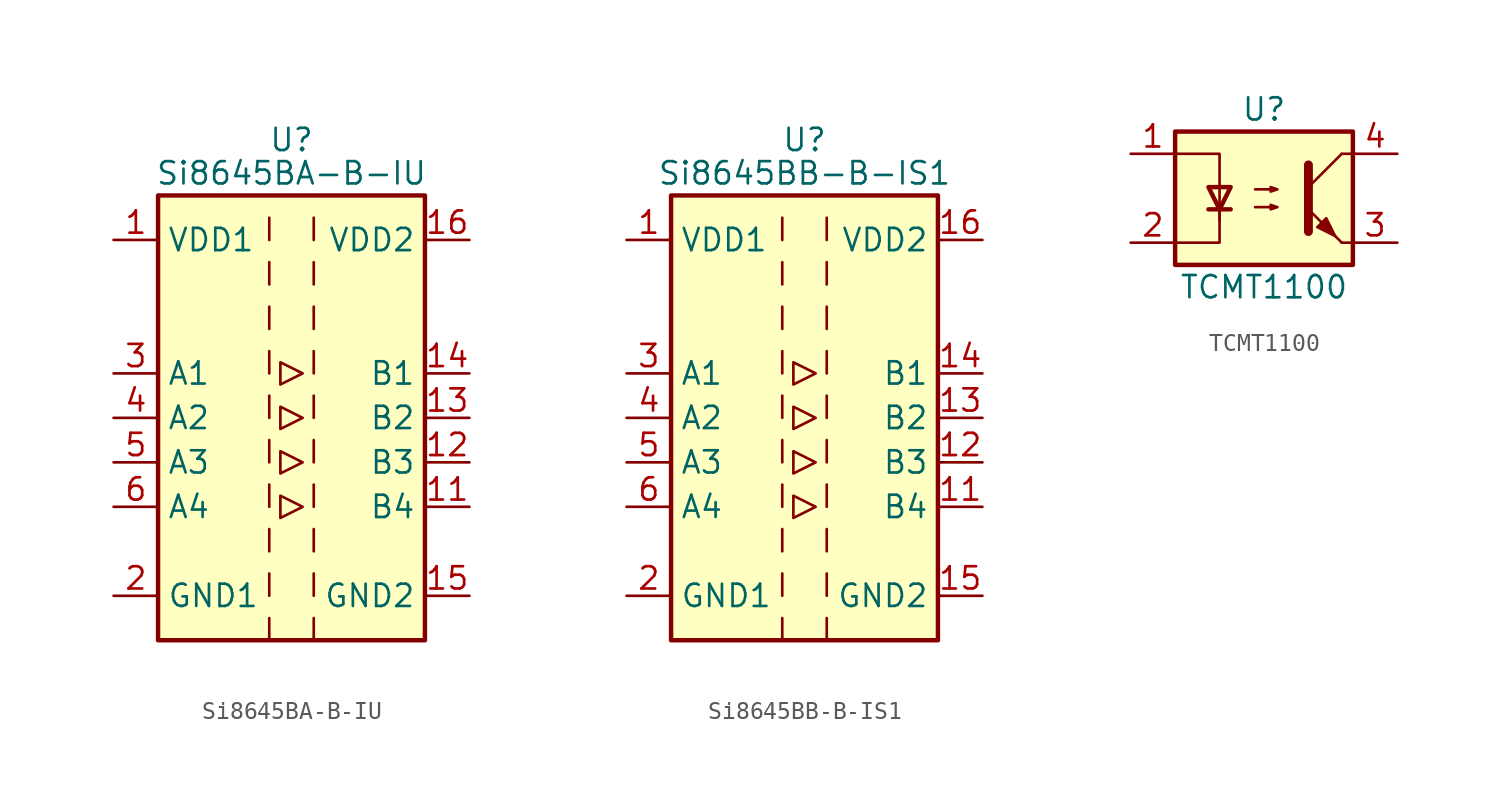
<source format=kicad_sym>
(kicad_symbol_lib
  (version 20220914)
  (generator kicad_symbol_editor)
  (symbol "Si8645BA-B-IU"
    (property "Reference" "U"
      (at 0 15.875 0)
      (effects (font (size 1.27 1.27))))
    (property "Value" "Si8645BA-B-IU"
      (at 0 13.97 0)
      (effects (font (size 1.27 1.27))))
    (symbol "Si8645BA-B-IU_0_1"
      (rectangle (start -7.62 12.7) (end 7.62 -12.7) (stroke (width 0.254) (type default)) (fill (type background)))
      (polyline (pts (xy -1.27 -11.43) (xy -1.27 -12.7)) (stroke (width 0) (type default)) (fill (type none)))
      (polyline (pts (xy -1.27 -8.89) (xy -1.27 -10.16)) (stroke (width 0) (type default)) (fill (type none)))
      (polyline (pts (xy -1.27 -6.35) (xy -1.27 -7.62)) (stroke (width 0) (type default)) (fill (type none)))
      (polyline (pts (xy -1.27 -3.81) (xy -1.27 -5.08)) (stroke (width 0) (type default)) (fill (type none)))
      (polyline (pts (xy -1.27 -1.27) (xy -1.27 -2.54)) (stroke (width 0) (type default)) (fill (type none)))
      (polyline (pts (xy -1.27 1.27) (xy -1.27 0)) (stroke (width 0) (type default)) (fill (type none)))
      (polyline (pts (xy -1.27 3.81) (xy -1.27 2.54)) (stroke (width 0) (type default)) (fill (type none)))
      (polyline (pts (xy -1.27 6.35) (xy -1.27 5.08)) (stroke (width 0) (type default)) (fill (type none)))
      (polyline (pts (xy -1.27 8.89) (xy -1.27 7.62)) (stroke (width 0) (type default)) (fill (type none)))
      (polyline (pts (xy -1.27 11.43) (xy -1.27 10.16)) (stroke (width 0) (type default)) (fill (type none)))
      (polyline (pts (xy 1.27 -11.43) (xy 1.27 -12.7)) (stroke (width 0) (type default)) (fill (type none)))
      (polyline (pts (xy 1.27 -8.89) (xy 1.27 -10.16)) (stroke (width 0) (type default)) (fill (type none)))
      (polyline (pts (xy 1.27 -6.35) (xy 1.27 -7.62)) (stroke (width 0) (type default)) (fill (type none)))
      (polyline (pts (xy 1.27 -3.81) (xy 1.27 -5.08)) (stroke (width 0) (type default)) (fill (type none)))
      (polyline (pts (xy 1.27 -1.27) (xy 1.27 -2.54)) (stroke (width 0) (type default)) (fill (type none)))
      (polyline (pts (xy 1.27 1.27) (xy 1.27 0)) (stroke (width 0) (type default)) (fill (type none)))
      (polyline (pts (xy 1.27 3.81) (xy 1.27 2.54)) (stroke (width 0) (type default)) (fill (type none)))
      (polyline (pts (xy 1.27 6.35) (xy 1.27 5.08)) (stroke (width 0) (type default)) (fill (type none)))
      (polyline (pts (xy 1.27 8.89) (xy 1.27 7.62)) (stroke (width 0) (type default)) (fill (type none)))
      (polyline (pts (xy 1.27 11.43) (xy 1.27 10.16)) (stroke (width 0) (type default)) (fill (type none)))
      (polyline (pts (xy -0.635 0.635) (xy -0.635 -0.635) (xy 0.635 0) (xy -0.635 0.635)) (stroke (width 0) (type default)) (fill (type none)))
      (polyline (pts (xy -0.635 3.175) (xy -0.635 1.905) (xy 0.635 2.54) (xy -0.635 3.175)) (stroke (width 0) (type default)) (fill (type none)))
      (polyline (pts (xy 0.635 -5.08) (xy -0.635 -4.445) (xy -0.635 -5.715) (xy 0.635 -5.08)) (stroke (width 0) (type default)) (fill (type none)))
      (polyline (pts (xy 0.635 -2.54) (xy -0.635 -1.905) (xy -0.635 -3.175) (xy 0.635 -2.54)) (stroke (width 0) (type default)) (fill (type none))))
    (symbol "Si8645BA-B-IU_1_1"
      (pin power_in line (at -10.16 10.16 0) (length 2.54) (name "VDD1" (effects (font (size 1.27 1.27)))) (number "1" (effects (font (size 1.27 1.27)))))
      (pin no_connect line (at 7.62 7.62 180) (length 2.54) hide (name "NC" (effects (font (size 1.27 1.27)))) (number "10" (effects (font (size 1.27 1.27)))))
      (pin output line (at 10.16 -5.08 180) (length 2.54) (name "B4" (effects (font (size 1.27 1.27)))) (number "11" (effects (font (size 1.27 1.27)))))
      (pin output line (at 10.16 -2.54 180) (length 2.54) (name "B3" (effects (font (size 1.27 1.27)))) (number "12" (effects (font (size 1.27 1.27)))))
      (pin output line (at 10.16 0 180) (length 2.54) (name "B2" (effects (font (size 1.27 1.27)))) (number "13" (effects (font (size 1.27 1.27)))))
      (pin output line (at 10.16 2.54 180) (length 2.54) (name "B1" (effects (font (size 1.27 1.27)))) (number "14" (effects (font (size 1.27 1.27)))))
      (pin power_in line (at 10.16 -10.16 180) (length 2.54) (name "GND2" (effects (font (size 1.27 1.27)))) (number "15" (effects (font (size 1.27 1.27)))))
      (pin power_in line (at 10.16 10.16 180) (length 2.54) (name "VDD2" (effects (font (size 1.27 1.27)))) (number "16" (effects (font (size 1.27 1.27)))))
      (pin power_in line (at -10.16 -10.16 0) (length 2.54) (name "GND1" (effects (font (size 1.27 1.27)))) (number "2" (effects (font (size 1.27 1.27)))))
      (pin input line (at -10.16 2.54 0) (length 2.54) (name "A1" (effects (font (size 1.27 1.27)))) (number "3" (effects (font (size 1.27 1.27)))))
      (pin input line (at -10.16 0 0) (length 2.54) (name "A2" (effects (font (size 1.27 1.27)))) (number "4" (effects (font (size 1.27 1.27)))))
      (pin input line (at -10.16 -2.54 0) (length 2.54) (name "A3" (effects (font (size 1.27 1.27)))) (number "5" (effects (font (size 1.27 1.27)))))
      (pin input line (at -10.16 -5.08 0) (length 2.54) (name "A4" (effects (font (size 1.27 1.27)))) (number "6" (effects (font (size 1.27 1.27)))))
      (pin no_connect line (at -7.62 7.62 0) (length 2.54) hide (name "NC" (effects (font (size 1.27 1.27)))) (number "7" (effects (font (size 1.27 1.27)))))
      (pin passive line (at -10.16 -10.16 0) (length 2.54) hide (name "GND1" (effects (font (size 1.27 1.27)))) (number "8" (effects (font (size 1.27 1.27)))))
      (pin passive line (at 10.16 -10.16 180) (length 2.54) hide (name "GND2" (effects (font (size 1.27 1.27)))) (number "9" (effects (font (size 1.27 1.27)))))))
  (symbol "Si8645BB-B-IS1"
    (property "Reference" "U"
      (at 0 15.875 0)
      (effects (font (size 1.27 1.27))))
    (property "Value" "Si8645BB-B-IS1"
      (at 0 13.97 0)
      (effects (font (size 1.27 1.27))))
    (symbol "Si8645BB-B-IS1_0_1"
      (rectangle (start -7.62 12.7) (end 7.62 -12.7) (stroke (width 0.254) (type default)) (fill (type background)))
      (polyline (pts (xy -1.27 -11.43) (xy -1.27 -12.7)) (stroke (width 0) (type default)) (fill (type none)))
      (polyline (pts (xy -1.27 -8.89) (xy -1.27 -10.16)) (stroke (width 0) (type default)) (fill (type none)))
      (polyline (pts (xy -1.27 -6.35) (xy -1.27 -7.62)) (stroke (width 0) (type default)) (fill (type none)))
      (polyline (pts (xy -1.27 -3.81) (xy -1.27 -5.08)) (stroke (width 0) (type default)) (fill (type none)))
      (polyline (pts (xy -1.27 -1.27) (xy -1.27 -2.54)) (stroke (width 0) (type default)) (fill (type none)))
      (polyline (pts (xy -1.27 1.27) (xy -1.27 0)) (stroke (width 0) (type default)) (fill (type none)))
      (polyline (pts (xy -1.27 3.81) (xy -1.27 2.54)) (stroke (width 0) (type default)) (fill (type none)))
      (polyline (pts (xy -1.27 6.35) (xy -1.27 5.08)) (stroke (width 0) (type default)) (fill (type none)))
      (polyline (pts (xy -1.27 8.89) (xy -1.27 7.62)) (stroke (width 0) (type default)) (fill (type none)))
      (polyline (pts (xy -1.27 11.43) (xy -1.27 10.16)) (stroke (width 0) (type default)) (fill (type none)))
      (polyline (pts (xy 1.27 -11.43) (xy 1.27 -12.7)) (stroke (width 0) (type default)) (fill (type none)))
      (polyline (pts (xy 1.27 -8.89) (xy 1.27 -10.16)) (stroke (width 0) (type default)) (fill (type none)))
      (polyline (pts (xy 1.27 -6.35) (xy 1.27 -7.62)) (stroke (width 0) (type default)) (fill (type none)))
      (polyline (pts (xy 1.27 -3.81) (xy 1.27 -5.08)) (stroke (width 0) (type default)) (fill (type none)))
      (polyline (pts (xy 1.27 -1.27) (xy 1.27 -2.54)) (stroke (width 0) (type default)) (fill (type none)))
      (polyline (pts (xy 1.27 1.27) (xy 1.27 0)) (stroke (width 0) (type default)) (fill (type none)))
      (polyline (pts (xy 1.27 3.81) (xy 1.27 2.54)) (stroke (width 0) (type default)) (fill (type none)))
      (polyline (pts (xy 1.27 6.35) (xy 1.27 5.08)) (stroke (width 0) (type default)) (fill (type none)))
      (polyline (pts (xy 1.27 8.89) (xy 1.27 7.62)) (stroke (width 0) (type default)) (fill (type none)))
      (polyline (pts (xy 1.27 11.43) (xy 1.27 10.16)) (stroke (width 0) (type default)) (fill (type none)))
      (polyline (pts (xy -0.635 0.635) (xy -0.635 -0.635) (xy 0.635 0) (xy -0.635 0.635)) (stroke (width 0) (type default)) (fill (type none)))
      (polyline (pts (xy -0.635 3.175) (xy -0.635 1.905) (xy 0.635 2.54) (xy -0.635 3.175)) (stroke (width 0) (type default)) (fill (type none)))
      (polyline (pts (xy 0.635 -5.08) (xy -0.635 -4.445) (xy -0.635 -5.715) (xy 0.635 -5.08)) (stroke (width 0) (type default)) (fill (type none)))
      (polyline (pts (xy 0.635 -2.54) (xy -0.635 -1.905) (xy -0.635 -3.175) (xy 0.635 -2.54)) (stroke (width 0) (type default)) (fill (type none))))
    (symbol "Si8645BB-B-IS1_1_1"
      (pin power_in line (at -10.16 10.16 0) (length 2.54) (name "VDD1" (effects (font (size 1.27 1.27)))) (number "1" (effects (font (size 1.27 1.27)))))
      (pin no_connect line (at 7.62 7.62 180) (length 2.54) hide (name "NC" (effects (font (size 1.27 1.27)))) (number "10" (effects (font (size 1.27 1.27)))))
      (pin output line (at 10.16 -5.08 180) (length 2.54) (name "B4" (effects (font (size 1.27 1.27)))) (number "11" (effects (font (size 1.27 1.27)))))
      (pin output line (at 10.16 -2.54 180) (length 2.54) (name "B3" (effects (font (size 1.27 1.27)))) (number "12" (effects (font (size 1.27 1.27)))))
      (pin output line (at 10.16 0 180) (length 2.54) (name "B2" (effects (font (size 1.27 1.27)))) (number "13" (effects (font (size 1.27 1.27)))))
      (pin output line (at 10.16 2.54 180) (length 2.54) (name "B1" (effects (font (size 1.27 1.27)))) (number "14" (effects (font (size 1.27 1.27)))))
      (pin power_in line (at 10.16 -10.16 180) (length 2.54) (name "GND2" (effects (font (size 1.27 1.27)))) (number "15" (effects (font (size 1.27 1.27)))))
      (pin power_in line (at 10.16 10.16 180) (length 2.54) (name "VDD2" (effects (font (size 1.27 1.27)))) (number "16" (effects (font (size 1.27 1.27)))))
      (pin power_in line (at -10.16 -10.16 0) (length 2.54) (name "GND1" (effects (font (size 1.27 1.27)))) (number "2" (effects (font (size 1.27 1.27)))))
      (pin input line (at -10.16 2.54 0) (length 2.54) (name "A1" (effects (font (size 1.27 1.27)))) (number "3" (effects (font (size 1.27 1.27)))))
      (pin input line (at -10.16 0 0) (length 2.54) (name "A2" (effects (font (size 1.27 1.27)))) (number "4" (effects (font (size 1.27 1.27)))))
      (pin input line (at -10.16 -2.54 0) (length 2.54) (name "A3" (effects (font (size 1.27 1.27)))) (number "5" (effects (font (size 1.27 1.27)))))
      (pin input line (at -10.16 -5.08 0) (length 2.54) (name "A4" (effects (font (size 1.27 1.27)))) (number "6" (effects (font (size 1.27 1.27)))))
      (pin no_connect line (at -7.62 7.62 0) (length 2.54) hide (name "NC" (effects (font (size 1.27 1.27)))) (number "7" (effects (font (size 1.27 1.27)))))
      (pin passive line (at -10.16 -10.16 0) (length 2.54) hide (name "GND1" (effects (font (size 1.27 1.27)))) (number "8" (effects (font (size 1.27 1.27)))))
      (pin passive line (at 10.16 -10.16 180) (length 2.54) hide (name "GND2" (effects (font (size 1.27 1.27)))) (number "9" (effects (font (size 1.27 1.27)))))))
  (symbol "TCMT1100"
    (pin_names
      (offset 1.016))
    (property "Reference" "U"
      (at 0 5.08 0)
      (effects (font (size 1.27 1.27))))
    (property "Value" "TCMT1100"
      (at 0 -5.08 0)
      (effects (font (size 1.27 1.27))))
    (symbol "TCMT1100_1_1"
      (rectangle (start -5.08 3.81) (end 5.08 -3.81) (stroke (width 0.254) (type default)) (fill (type background)))
      (polyline (pts (xy -3.175 -0.635) (xy -1.905 -0.635)) (stroke (width 0.254) (type default)) (fill (type none)))
      (polyline (pts (xy 2.54 0.635) (xy 4.445 2.54)) (stroke (width 0) (type default)) (fill (type none)))
      (polyline (pts (xy 4.445 -2.54) (xy 2.54 -0.635)) (stroke (width 0) (type default)) (fill (type outline)))
      (polyline (pts (xy 4.445 -2.54) (xy 5.08 -2.54)) (stroke (width 0) (type default)) (fill (type none)))
      (polyline (pts (xy 4.445 2.54) (xy 5.08 2.54)) (stroke (width 0) (type default)) (fill (type none)))
      (polyline (pts (xy -2.54 -0.635) (xy -2.54 -2.54) (xy -5.08 -2.54)) (stroke (width 0) (type default)) (fill (type none)))
      (polyline (pts (xy 2.54 1.905) (xy 2.54 -1.905) (xy 2.54 -1.905)) (stroke (width 0.508) (type default)) (fill (type none)))
      (polyline (pts (xy -5.08 2.54) (xy -2.54 2.54) (xy -2.54 -1.27) (xy -2.54 0.635)) (stroke (width 0) (type default)) (fill (type none)))
      (polyline (pts (xy -2.54 -0.635) (xy -3.175 0.635) (xy -1.905 0.635) (xy -2.54 -0.635)) (stroke (width 0.254) (type default)) (fill (type none)))
      (polyline (pts (xy -0.508 -0.508) (xy 0.762 -0.508) (xy 0.381 -0.635) (xy 0.381 -0.381) (xy 0.762 -0.508)) (stroke (width 0) (type default)) (fill (type none)))
      (polyline (pts (xy -0.508 0.508) (xy 0.762 0.508) (xy 0.381 0.381) (xy 0.381 0.635) (xy 0.762 0.508)) (stroke (width 0) (type default)) (fill (type none)))
      (polyline (pts (xy 3.048 -1.651) (xy 3.556 -1.143) (xy 4.064 -2.159) (xy 3.048 -1.651) (xy 3.048 -1.651)) (stroke (width 0) (type default)) (fill (type outline)))
      (pin passive line (at -7.62 2.54 0) (length 2.54) (name "~" (effects (font (size 1.27 1.27)))) (number "1" (effects (font (size 1.27 1.27)))))
      (pin passive line (at -7.62 -2.54 0) (length 2.54) (name "~" (effects (font (size 1.27 1.27)))) (number "2" (effects (font (size 1.27 1.27)))))
      (pin passive line (at 7.62 -2.54 180) (length 2.54) (name "~" (effects (font (size 1.27 1.27)))) (number "3" (effects (font (size 1.27 1.27)))))
      (pin passive line (at 7.62 2.54 180) (length 2.54) (name "~" (effects (font (size 1.27 1.27)))) (number "4" (effects (font (size 1.27 1.27))))))))
</source>
